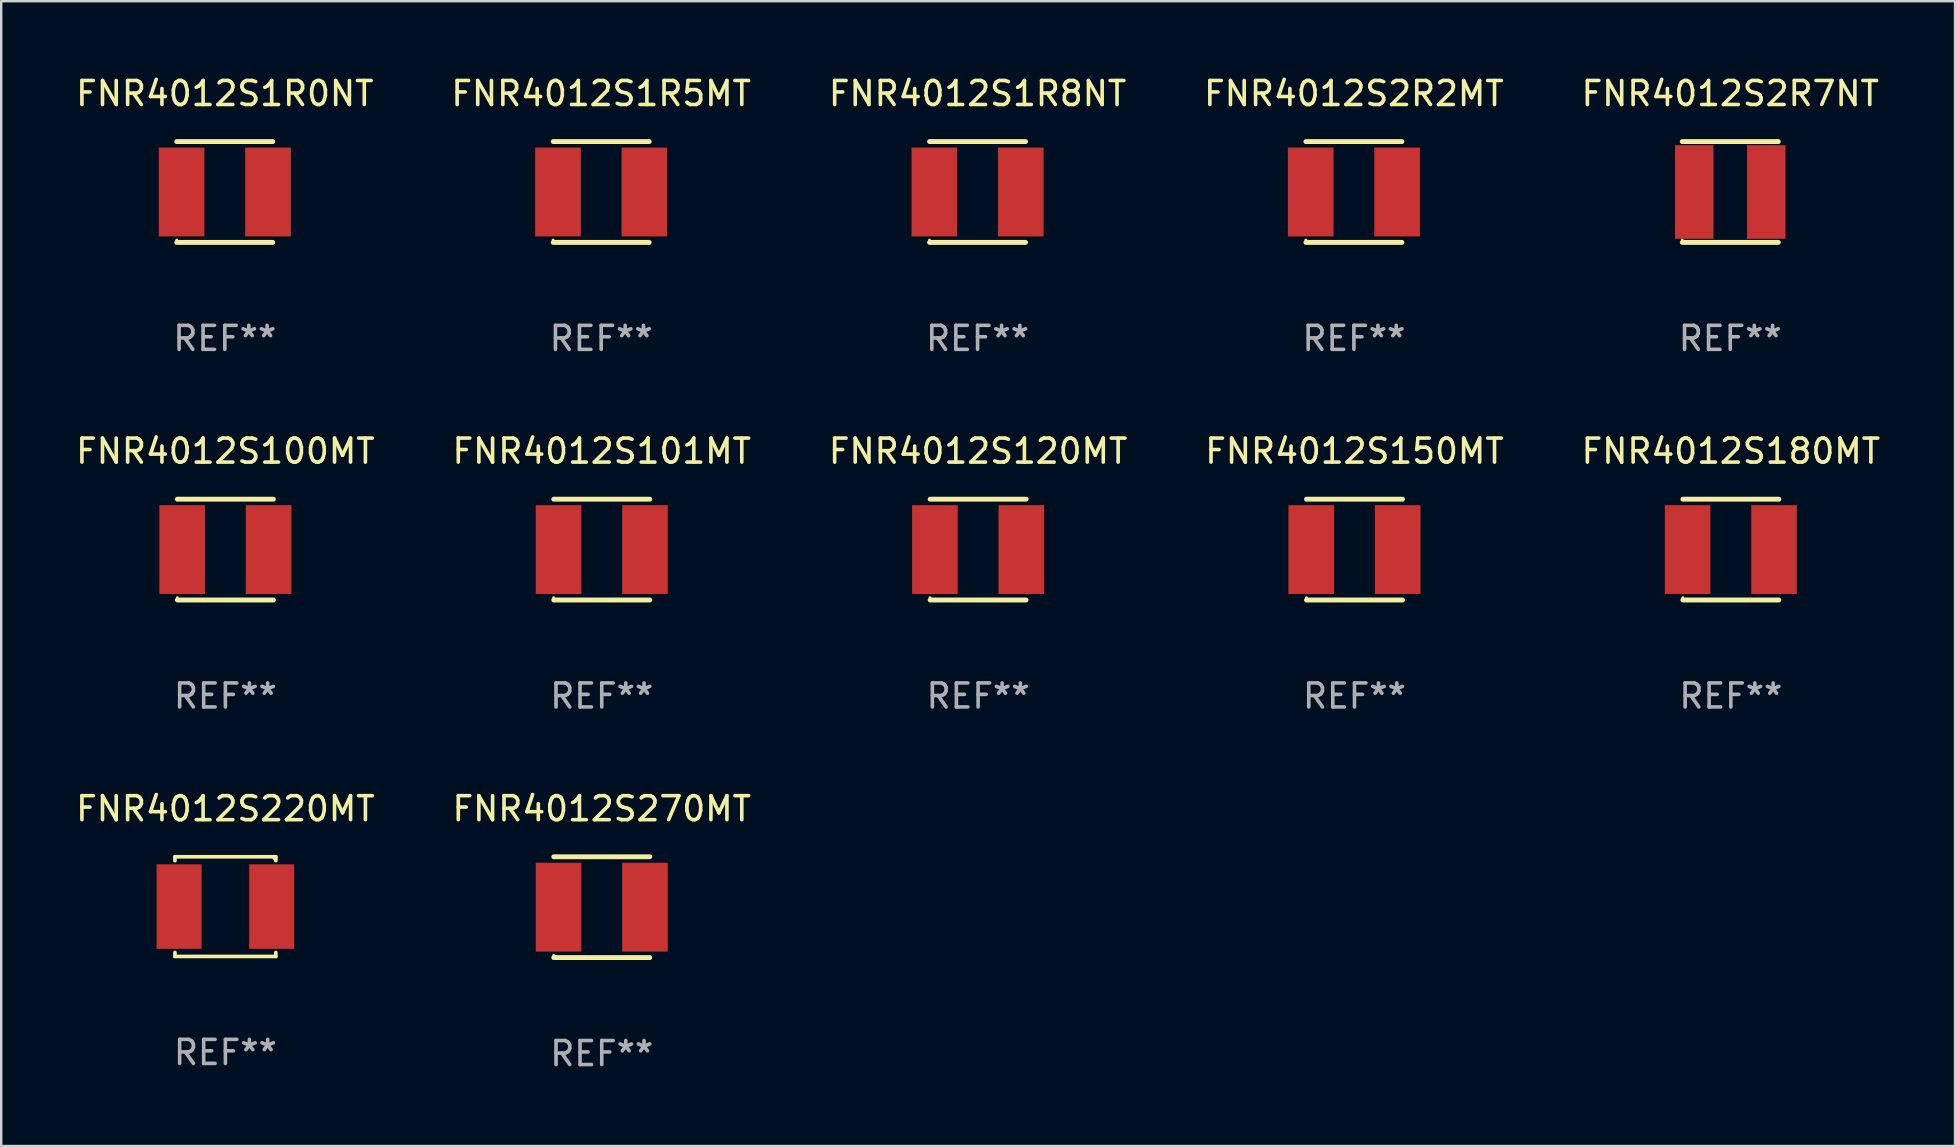
<source format=kicad_pcb>
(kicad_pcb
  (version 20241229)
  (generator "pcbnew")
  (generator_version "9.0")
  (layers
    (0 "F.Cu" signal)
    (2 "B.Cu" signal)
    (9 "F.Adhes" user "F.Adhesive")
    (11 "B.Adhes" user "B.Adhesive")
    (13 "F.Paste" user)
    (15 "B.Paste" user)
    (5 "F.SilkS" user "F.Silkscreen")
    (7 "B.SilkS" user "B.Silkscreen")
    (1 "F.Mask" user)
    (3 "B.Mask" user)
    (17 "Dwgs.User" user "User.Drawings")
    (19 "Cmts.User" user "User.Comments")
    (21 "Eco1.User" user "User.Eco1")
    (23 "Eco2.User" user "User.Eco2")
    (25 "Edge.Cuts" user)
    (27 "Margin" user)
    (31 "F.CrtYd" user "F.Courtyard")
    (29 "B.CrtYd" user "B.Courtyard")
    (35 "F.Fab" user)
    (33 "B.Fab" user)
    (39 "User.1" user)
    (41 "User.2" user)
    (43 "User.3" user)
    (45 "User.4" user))
  (footprint "FNR4012S2R2MT"
    (layer "F.Cu")
    (at 53.351 4.948)
    (property "Reference" "FNR4012S2R2MT" (at 0 -4.1 0) (layer "F.SilkS") (effects (font (size 1 1) (thickness 0.15))))
    (attr through_hole)
    (fp_line (start -2 -2.1) (end 2 -2.1) (stroke (width 0.203) (type solid)) (layer "F.SilkS"))
    (fp_line (start -2 2.1) (end 2 2.1) (stroke (width 0.203) (type solid)) (layer "F.SilkS"))
    (fp_circle (center -2.002 2) (end -1.972 2) (stroke (width 0.06) (type solid)) (fill no) (layer "F.SilkS"))
    (fp_text user "REF**" (at 0 6.1 0) (layer "F.Fab") (effects (font (size 1 1) (thickness 0.15))))
    (pad "1" smd rect (at -1.8 0) (size 1.9 3.7) (layers "F.Cu" "F.Mask" "F.Paste"))
    (pad "2" smd rect (at 1.8 0) (size 1.9 3.7) (layers "F.Cu" "F.Mask" "F.Paste")))
  (footprint "FNR4012S270MT"
    (layer "F.Cu")
    (at 22.018 34.741)
    (property "Reference" "FNR4012S270MT" (at 0 -4.1 0) (layer "F.SilkS") (effects (font (size 1 1) (thickness 0.15))))
    (attr through_hole)
    (fp_line (start -2 -2.1) (end 2 -2.1) (stroke (width 0.203) (type solid)) (layer "F.SilkS"))
    (fp_line (start -2 2.1) (end 2 2.1) (stroke (width 0.203) (type solid)) (layer "F.SilkS"))
    (fp_circle (center -2.002 2) (end -1.972 2) (stroke (width 0.06) (type solid)) (fill no) (layer "F.SilkS"))
    (fp_text user "REF**" (at 0 6.1 0) (layer "F.Fab") (effects (font (size 1 1) (thickness 0.15))))
    (pad "1" smd rect (at -1.8 0) (size 1.9 3.7) (layers "F.Cu" "F.Mask" "F.Paste"))
    (pad "2" smd rect (at 1.8 0) (size 1.9 3.7) (layers "F.Cu" "F.Mask" "F.Paste")))
  (footprint "FNR4012S1R8NT"
    (layer "F.Cu")
    (at 37.673 4.948)
    (property "Reference" "FNR4012S1R8NT" (at 0 -4.1 0) (layer "F.SilkS") (effects (font (size 1 1) (thickness 0.15))))
    (attr through_hole)
    (fp_line (start -2 -2.1) (end 2 -2.1) (stroke (width 0.203) (type solid)) (layer "F.SilkS"))
    (fp_line (start -2 2.1) (end 2 2.1) (stroke (width 0.203) (type solid)) (layer "F.SilkS"))
    (fp_circle (center -2.002 2) (end -1.972 2) (stroke (width 0.06) (type solid)) (fill no) (layer "F.SilkS"))
    (fp_text user "REF**" (at 0 6.1 0) (layer "F.Fab") (effects (font (size 1 1) (thickness 0.15))))
    (pad "1" smd rect (at -1.8 0) (size 1.9 3.7) (layers "F.Cu" "F.Mask" "F.Paste"))
    (pad "2" smd rect (at 1.8 0) (size 1.9 3.7) (layers "F.Cu" "F.Mask" "F.Paste")))
  (footprint "FNR4012S150MT"
    (layer "F.Cu")
    (at 53.375 19.845)
    (property "Reference" "FNR4012S150MT" (at 0 -4.1 0) (layer "F.SilkS") (effects (font (size 1 1) (thickness 0.15))))
    (attr through_hole)
    (fp_line (start -2 -2.1) (end 2 -2.1) (stroke (width 0.203) (type solid)) (layer "F.SilkS"))
    (fp_line (start -2 2.1) (end 2 2.1) (stroke (width 0.203) (type solid)) (layer "F.SilkS"))
    (fp_circle (center -2.002 2) (end -1.972 2) (stroke (width 0.06) (type solid)) (fill no) (layer "F.SilkS"))
    (fp_text user "REF**" (at 0 6.1 0) (layer "F.Fab") (effects (font (size 1 1) (thickness 0.15))))
    (pad "1" smd rect (at -1.8 0) (size 1.9 3.7) (layers "F.Cu" "F.Mask" "F.Paste"))
    (pad "2" smd rect (at 1.8 0) (size 1.9 3.7) (layers "F.Cu" "F.Mask" "F.Paste")))
  (footprint "FNR4012S1R5MT"
    (layer "F.Cu")
    (at 21.994 4.948)
    (property "Reference" "FNR4012S1R5MT" (at 0 -4.1 0) (layer "F.SilkS") (effects (font (size 1 1) (thickness 0.15))))
    (attr through_hole)
    (fp_line (start -2 -2.1) (end 2 -2.1) (stroke (width 0.203) (type solid)) (layer "F.SilkS"))
    (fp_line (start -2 2.1) (end 2 2.1) (stroke (width 0.203) (type solid)) (layer "F.SilkS"))
    (fp_circle (center -2.002 2) (end -1.972 2) (stroke (width 0.06) (type solid)) (fill no) (layer "F.SilkS"))
    (fp_text user "REF**" (at 0 6.1 0) (layer "F.Fab") (effects (font (size 1 1) (thickness 0.15))))
    (pad "1" smd rect (at -1.8 0) (size 1.9 3.7) (layers "F.Cu" "F.Mask" "F.Paste"))
    (pad "2" smd rect (at 1.8 0) (size 1.9 3.7) (layers "F.Cu" "F.Mask" "F.Paste")))
  (footprint "FNR4012S220MT"
    (layer "F.Cu")
    (at 6.339 34.717)
    (property "Reference" "FNR4012S220MT" (at 0 -4.076 0) (layer "F.SilkS") (effects (font (size 1 1) (thickness 0.15))))
    (attr through_hole)
    (fp_line (start -2.101 -2.076) (end 2.101 -2.076) (stroke (width 0.152) (type solid)) (layer "F.SilkS"))
    (fp_line (start -2.101 -1.912) (end -2.101 -2.076) (stroke (width 0.152) (type solid)) (layer "F.SilkS"))
    (fp_line (start -2.101 1.912) (end -2.101 2.076) (stroke (width 0.152) (type solid)) (layer "F.SilkS"))
    (fp_line (start -2.101 2.076) (end 2.101 2.076) (stroke (width 0.152) (type solid)) (layer "F.SilkS"))
    (fp_line (start 2.101 -2.076) (end 2.101 -1.912) (stroke (width 0.152) (type solid)) (layer "F.SilkS"))
    (fp_line (start 2.101 2.076) (end 2.101 1.912) (stroke (width 0.152) (type solid)) (layer "F.SilkS"))
    (fp_circle (center 2.025 -2) (end 2.055 -2) (stroke (width 0.06) (type solid)) (fill no) (layer "F.SilkS"))
    (fp_text user "REF**" (at 0 6.076 0) (layer "F.Fab") (effects (font (size 1 1) (thickness 0.15))))
    (pad "1" smd rect (at 1.928 0) (size 1.874 3.52) (layers "F.Cu" "F.Mask" "F.Paste"))
    (pad "2" smd rect (at -1.928 0) (size 1.874 3.52) (layers "F.Cu" "F.Mask" "F.Paste")))
  (footprint "FNR4012S101MT"
    (layer "F.Cu")
    (at 22.018 19.845)
    (property "Reference" "FNR4012S101MT" (at 0 -4.1 0) (layer "F.SilkS") (effects (font (size 1 1) (thickness 0.15))))
    (attr through_hole)
    (fp_line (start -2 -2.1) (end 2 -2.1) (stroke (width 0.203) (type solid)) (layer "F.SilkS"))
    (fp_line (start -2 2.1) (end 2 2.1) (stroke (width 0.203) (type solid)) (layer "F.SilkS"))
    (fp_circle (center -2.002 2) (end -1.972 2) (stroke (width 0.06) (type solid)) (fill no) (layer "F.SilkS"))
    (fp_text user "REF**" (at 0 6.1 0) (layer "F.Fab") (effects (font (size 1 1) (thickness 0.15))))
    (pad "1" smd rect (at -1.8 0) (size 1.9 3.7) (layers "F.Cu" "F.Mask" "F.Paste"))
    (pad "2" smd rect (at 1.8 0) (size 1.9 3.7) (layers "F.Cu" "F.Mask" "F.Paste")))
  (footprint "FNR4012S180MT"
    (layer "F.Cu")
    (at 69.054 19.845)
    (property "Reference" "FNR4012S180MT" (at 0 -4.1 0) (layer "F.SilkS") (effects (font (size 1 1) (thickness 0.15))))
    (attr through_hole)
    (fp_line (start -2 -2.1) (end 2 -2.1) (stroke (width 0.203) (type solid)) (layer "F.SilkS"))
    (fp_line (start -2 2.1) (end 2 2.1) (stroke (width 0.203) (type solid)) (layer "F.SilkS"))
    (fp_circle (center -2.002 2) (end -1.972 2) (stroke (width 0.06) (type solid)) (fill no) (layer "F.SilkS"))
    (fp_text user "REF**" (at 0 6.1 0) (layer "F.Fab") (effects (font (size 1 1) (thickness 0.15))))
    (pad "1" smd rect (at -1.8 0) (size 1.9 3.7) (layers "F.Cu" "F.Mask" "F.Paste"))
    (pad "2" smd rect (at 1.8 0) (size 1.9 3.7) (layers "F.Cu" "F.Mask" "F.Paste")))
  (footprint "FNR4012S1R0NT"
    (layer "F.Cu")
    (at 6.315 4.948)
    (property "Reference" "FNR4012S1R0NT" (at 0 -4.1 0) (layer "F.SilkS") (effects (font (size 1 1) (thickness 0.15))))
    (attr through_hole)
    (fp_line (start -2 -2.1) (end 2 -2.1) (stroke (width 0.203) (type solid)) (layer "F.SilkS"))
    (fp_line (start -2 2.1) (end 2 2.1) (stroke (width 0.203) (type solid)) (layer "F.SilkS"))
    (fp_circle (center -2.002 2) (end -1.972 2) (stroke (width 0.06) (type solid)) (fill no) (layer "F.SilkS"))
    (fp_text user "REF**" (at 0 6.1 0) (layer "F.Fab") (effects (font (size 1 1) (thickness 0.15))))
    (pad "1" smd rect (at -1.8 0) (size 1.9 3.7) (layers "F.Cu" "F.Mask" "F.Paste"))
    (pad "2" smd rect (at 1.8 0) (size 1.9 3.7) (layers "F.Cu" "F.Mask" "F.Paste")))
  (footprint "FNR4012S2R7NT"
    (layer "F.Cu")
    (at 69.03 4.948)
    (property "Reference" "FNR4012S2R7NT" (at 0 -4.1 0) (layer "F.SilkS") (effects (font (size 1 1) (thickness 0.15))))
    (attr through_hole)
    (fp_line (start -2 -2.1) (end 2 -2.1) (stroke (width 0.203) (type solid)) (layer "F.SilkS"))
    (fp_line (start -2 2.1) (end 2 2.1) (stroke (width 0.203) (type solid)) (layer "F.SilkS"))
    (fp_circle (center -2 2.003) (end -1.97 2.003) (stroke (width 0.06) (type solid)) (fill no) (layer "F.SilkS"))
    (fp_text user "REF**" (at 0 6.1 0) (layer "F.Fab") (effects (font (size 1 1) (thickness 0.15))))
    (pad "1" smd rect (at -1.5 0) (size 1.6 3.9) (layers "F.Cu" "F.Mask" "F.Paste"))
    (pad "2" smd rect (at 1.5 0) (size 1.6 3.9) (layers "F.Cu" "F.Mask" "F.Paste")))
  (footprint "FNR4012S100MT"
    (layer "F.Cu")
    (at 6.339 19.845)
    (property "Reference" "FNR4012S100MT" (at 0 -4.1 0) (layer "F.SilkS") (effects (font (size 1 1) (thickness 0.15))))
    (attr through_hole)
    (fp_line (start -2 -2.1) (end 2 -2.1) (stroke (width 0.203) (type solid)) (layer "F.SilkS"))
    (fp_line (start -2 2.1) (end 2 2.1) (stroke (width 0.203) (type solid)) (layer "F.SilkS"))
    (fp_circle (center -2.002 2) (end -1.972 2) (stroke (width 0.06) (type solid)) (fill no) (layer "F.SilkS"))
    (fp_text user "REF**" (at 0 6.1 0) (layer "F.Fab") (effects (font (size 1 1) (thickness 0.15))))
    (pad "1" smd rect (at -1.8 0) (size 1.9 3.7) (layers "F.Cu" "F.Mask" "F.Paste"))
    (pad "2" smd rect (at 1.8 0) (size 1.9 3.7) (layers "F.Cu" "F.Mask" "F.Paste")))
  (footprint "FNR4012S120MT"
    (layer "F.Cu")
    (at 37.696 19.845)
    (property "Reference" "FNR4012S120MT" (at 0 -4.1 0) (layer "F.SilkS") (effects (font (size 1 1) (thickness 0.15))))
    (attr through_hole)
    (fp_line (start -2 -2.1) (end 2 -2.1) (stroke (width 0.203) (type solid)) (layer "F.SilkS"))
    (fp_line (start -2 2.1) (end 2 2.1) (stroke (width 0.203) (type solid)) (layer "F.SilkS"))
    (fp_circle (center -2.002 2) (end -1.972 2) (stroke (width 0.06) (type solid)) (fill no) (layer "F.SilkS"))
    (fp_text user "REF**" (at 0 6.1 0) (layer "F.Fab") (effects (font (size 1 1) (thickness 0.15))))
    (pad "1" smd rect (at -1.8 0) (size 1.9 3.7) (layers "F.Cu" "F.Mask" "F.Paste"))
    (pad "2" smd rect (at 1.8 0) (size 1.9 3.7) (layers "F.Cu" "F.Mask" "F.Paste")))
  (gr_rect
    (start -3 -3)
    (end 78.393 44.69)
    (stroke (width 0.1) (type default))
    (fill no)
    (layer "Edge.Cuts")))
</source>
